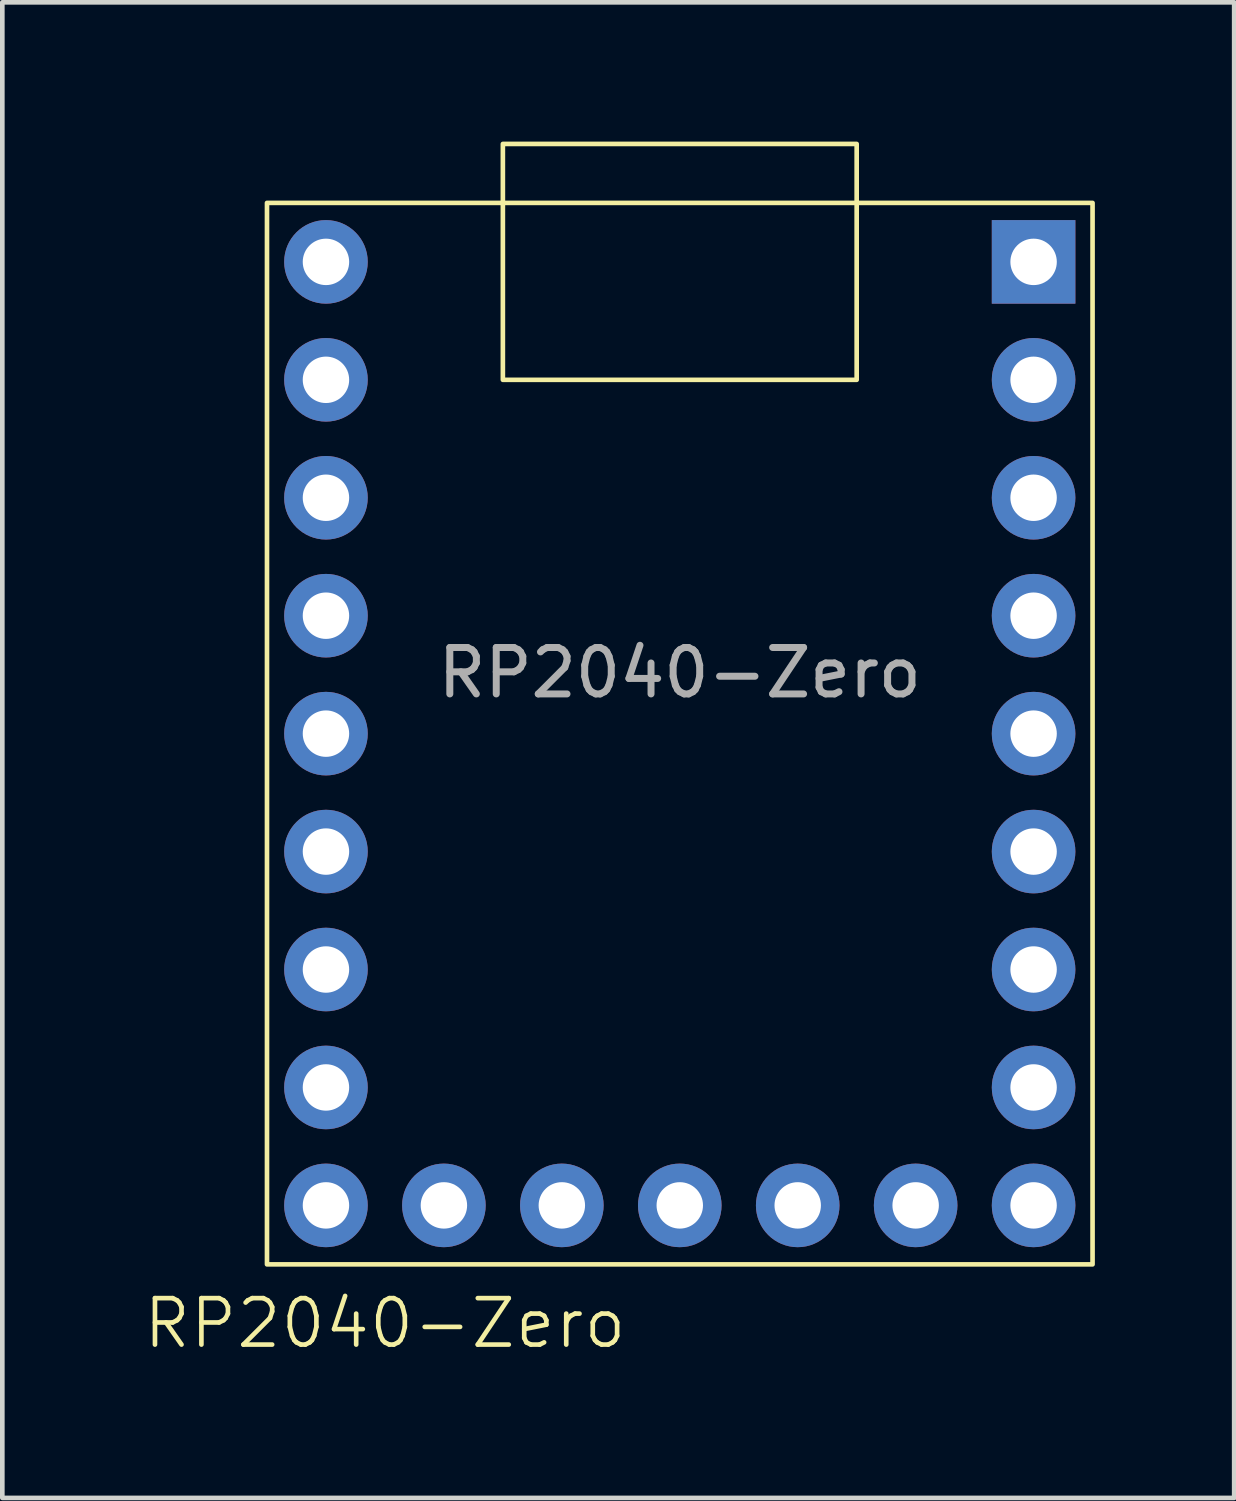
<source format=kicad_pcb>
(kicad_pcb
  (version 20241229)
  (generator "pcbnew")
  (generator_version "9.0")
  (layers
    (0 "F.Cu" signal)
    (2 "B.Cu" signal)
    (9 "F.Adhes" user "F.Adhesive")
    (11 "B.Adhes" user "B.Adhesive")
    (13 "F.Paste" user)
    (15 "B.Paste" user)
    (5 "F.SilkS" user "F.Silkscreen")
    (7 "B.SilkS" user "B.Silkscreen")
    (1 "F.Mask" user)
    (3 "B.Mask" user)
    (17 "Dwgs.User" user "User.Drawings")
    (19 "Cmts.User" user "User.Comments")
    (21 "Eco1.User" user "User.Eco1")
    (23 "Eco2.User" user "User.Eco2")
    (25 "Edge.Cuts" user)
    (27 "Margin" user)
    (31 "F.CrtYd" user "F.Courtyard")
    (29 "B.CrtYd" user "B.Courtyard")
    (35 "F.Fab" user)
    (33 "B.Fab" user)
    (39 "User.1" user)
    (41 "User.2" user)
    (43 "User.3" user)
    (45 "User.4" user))
  (footprint "RP2040-Zero"
    (layer "F.Cu")
    (at 11.59 12.75)
    (property "Reference" "RP2040-Zero" (at -6.35 12.7 0) (unlocked yes) (layer "F.SilkS") (effects (font (size 1 1) (thickness 0.1))))
    (attr through_hole)
    (fp_rect (start -8.89 -11.43) (end 8.89 11.43) (stroke (width 0.1) (type default)) (fill no) (layer "F.SilkS"))
    (fp_rect (start -3.81 -12.7) (end 3.81 -7.62) (stroke (width 0.1) (type default)) (fill no) (layer "F.SilkS"))
    (fp_text user "${REFERENCE}" (at 0 -1.31 0) (unlocked yes) (layer "F.Fab") (effects (font (size 1 1) (thickness 0.15))))
    (pad "0" thru_hole rect (at 7.62 -10.16) (size 1.8 1.8) (drill 1) (layers "*.Cu" "*.Mask"))
    (pad "1" thru_hole circle (at 7.62 -7.62) (size 1.8 1.8) (drill 1) (layers "*.Cu" "*.Mask"))
    (pad "2" thru_hole circle (at 7.62 -5.08) (size 1.8 1.8) (drill 1) (layers "*.Cu" "*.Mask"))
    (pad "3" thru_hole circle (at 7.62 -2.54) (size 1.8 1.8) (drill 1) (layers "*.Cu" "*.Mask"))
    (pad "4" thru_hole circle (at 7.62 0) (size 1.8 1.8) (drill 1) (layers "*.Cu" "*.Mask"))
    (pad "5" thru_hole circle (at 7.62 2.54 90) (size 1.8 1.8) (drill 1) (layers "*.Cu" "*.Mask"))
    (pad "6" thru_hole circle (at 7.62 5.08 90) (size 1.8 1.8) (drill 1) (layers "*.Cu" "*.Mask"))
    (pad "7" thru_hole circle (at 7.62 7.62) (size 1.8 1.8) (drill 1) (layers "*.Cu" "*.Mask"))
    (pad "8" thru_hole circle (at 7.62 10.16) (size 1.8 1.8) (drill 1) (layers "*.Cu" "*.Mask"))
    (pad "9" thru_hole circle (at 5.08 10.16 90) (size 1.8 1.8) (drill 1) (layers "*.Cu" "*.Mask"))
    (pad "10" thru_hole circle (at 2.54 10.16 90) (size 1.8 1.8) (drill 1) (layers "*.Cu" "*.Mask"))
    (pad "11" thru_hole circle (at 0 10.16 90) (size 1.8 1.8) (drill 1) (layers "*.Cu" "*.Mask"))
    (pad "12" thru_hole circle (at -2.54 10.16 90) (size 1.8 1.8) (drill 1) (layers "*.Cu" "*.Mask"))
    (pad "13" thru_hole circle (at -5.08 10.16 90) (size 1.8 1.8) (drill 1) (layers "*.Cu" "*.Mask"))
    (pad "14" thru_hole circle (at -7.62 10.16) (size 1.8 1.8) (drill 1) (layers "*.Cu" "*.Mask"))
    (pad "15" thru_hole circle (at -7.62 7.62) (size 1.8 1.8) (drill 1) (layers "*.Cu" "*.Mask"))
    (pad "16" thru_hole circle (at -7.62 5.08) (size 1.8 1.8) (drill 1) (layers "*.Cu" "*.Mask"))
    (pad "17" thru_hole circle (at -7.62 2.54) (size 1.8 1.8) (drill 1) (layers "*.Cu" "*.Mask"))
    (pad "18" thru_hole circle (at -7.62 0) (size 1.8 1.8) (drill 1) (layers "*.Cu" "*.Mask"))
    (pad "19" thru_hole circle (at -7.62 -2.54) (size 1.8 1.8) (drill 1) (layers "*.Cu" "*.Mask"))
    (pad "20" thru_hole circle (at -7.62 -5.08) (size 1.8 1.8) (drill 1) (layers "*.Cu" "*.Mask"))
    (pad "21" thru_hole circle (at -7.62 -7.62) (size 1.8 1.8) (drill 1) (layers "*.Cu" "*.Mask"))
    (pad "22" thru_hole circle (at -7.62 -10.16) (size 1.8 1.8) (drill 1) (layers "*.Cu" "*.Mask")))
  (gr_rect
    (start -3 -3)
    (end 23.53 29.21)
    (stroke (width 0.1) (type default))
    (fill no)
    (layer "Edge.Cuts")))
</source>
